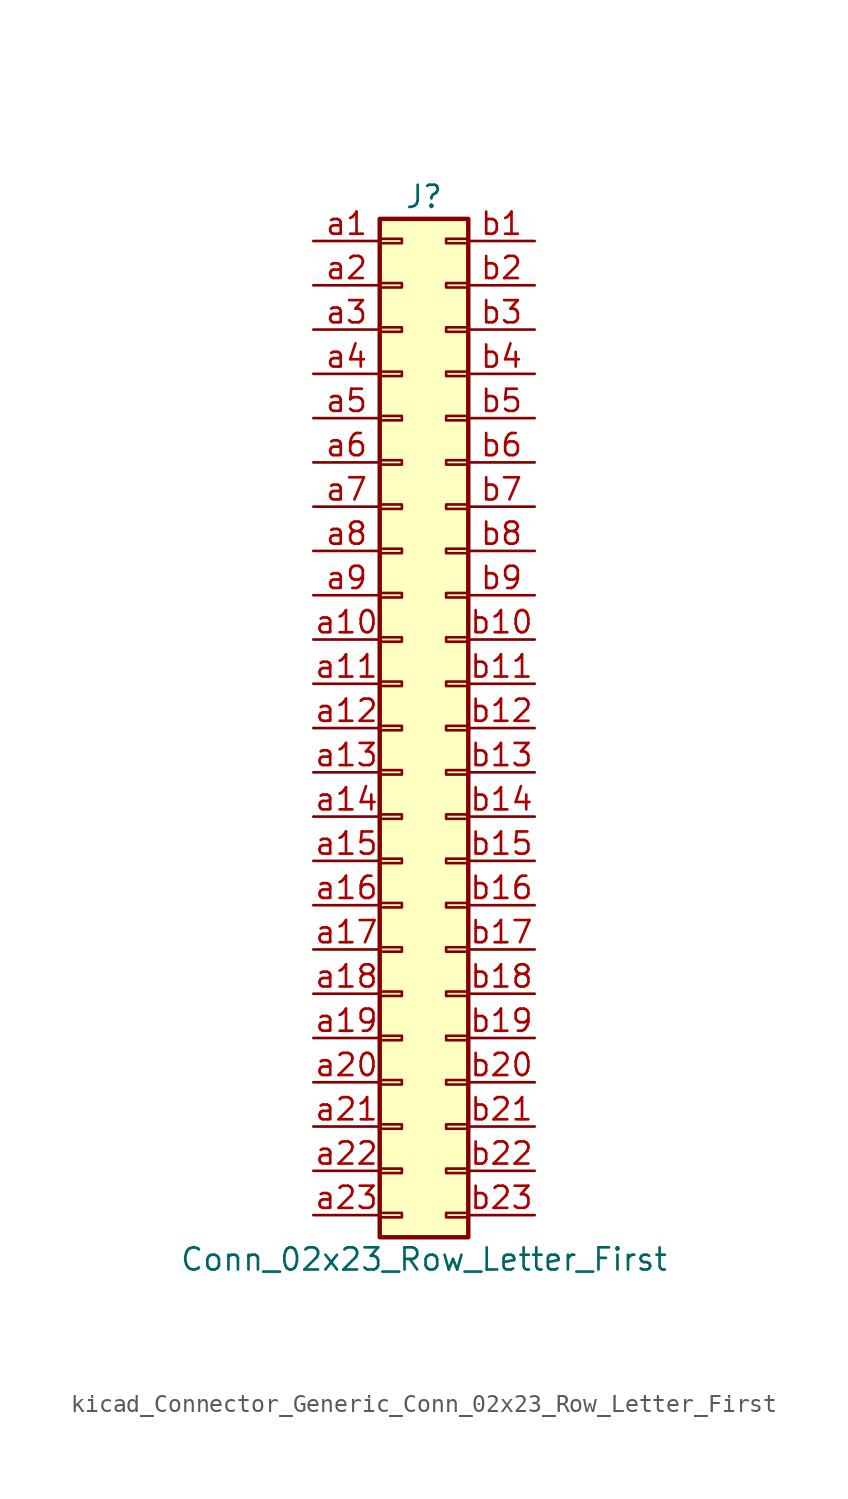
<source format=kicad_sym>
(kicad_symbol_lib
  (version 20220914)
  (generator kicad_symbol_editor)
  (symbol "kicad_Connector_Generic_Conn_02x23_Row_Letter_First"
    (pin_names
      (offset 1.016) hide)
    (property "Reference" "J"
      (at 1.27 30.48 0)
      (effects (font (size 1.27 1.27))))
    (property "Value" "Conn_02x23_Row_Letter_First"
      (at 1.27 -30.48 0)
      (effects (font (size 1.27 1.27))))
    (symbol "kicad_Connector_Generic_Conn_02x23_Row_Letter_First_1_1"
      (rectangle (start -1.27 -27.813) (end 0 -28.067) (stroke (width 0.152) (type default)) (fill (type none)))
      (rectangle (start -1.27 -25.273) (end 0 -25.527) (stroke (width 0.152) (type default)) (fill (type none)))
      (rectangle (start -1.27 -22.733) (end 0 -22.987) (stroke (width 0.152) (type default)) (fill (type none)))
      (rectangle (start -1.27 -20.193) (end 0 -20.447) (stroke (width 0.152) (type default)) (fill (type none)))
      (rectangle (start -1.27 -17.653) (end 0 -17.907) (stroke (width 0.152) (type default)) (fill (type none)))
      (rectangle (start -1.27 -15.113) (end 0 -15.367) (stroke (width 0.152) (type default)) (fill (type none)))
      (rectangle (start -1.27 -12.573) (end 0 -12.827) (stroke (width 0.152) (type default)) (fill (type none)))
      (rectangle (start -1.27 -10.033) (end 0 -10.287) (stroke (width 0.152) (type default)) (fill (type none)))
      (rectangle (start -1.27 -7.493) (end 0 -7.747) (stroke (width 0.152) (type default)) (fill (type none)))
      (rectangle (start -1.27 -4.953) (end 0 -5.207) (stroke (width 0.152) (type default)) (fill (type none)))
      (rectangle (start -1.27 -2.413) (end 0 -2.667) (stroke (width 0.152) (type default)) (fill (type none)))
      (rectangle (start -1.27 0.127) (end 0 -0.127) (stroke (width 0.152) (type default)) (fill (type none)))
      (rectangle (start -1.27 2.667) (end 0 2.413) (stroke (width 0.152) (type default)) (fill (type none)))
      (rectangle (start -1.27 5.207) (end 0 4.953) (stroke (width 0.152) (type default)) (fill (type none)))
      (rectangle (start -1.27 7.747) (end 0 7.493) (stroke (width 0.152) (type default)) (fill (type none)))
      (rectangle (start -1.27 10.287) (end 0 10.033) (stroke (width 0.152) (type default)) (fill (type none)))
      (rectangle (start -1.27 12.827) (end 0 12.573) (stroke (width 0.152) (type default)) (fill (type none)))
      (rectangle (start -1.27 15.367) (end 0 15.113) (stroke (width 0.152) (type default)) (fill (type none)))
      (rectangle (start -1.27 17.907) (end 0 17.653) (stroke (width 0.152) (type default)) (fill (type none)))
      (rectangle (start -1.27 20.447) (end 0 20.193) (stroke (width 0.152) (type default)) (fill (type none)))
      (rectangle (start -1.27 22.987) (end 0 22.733) (stroke (width 0.152) (type default)) (fill (type none)))
      (rectangle (start -1.27 25.527) (end 0 25.273) (stroke (width 0.152) (type default)) (fill (type none)))
      (rectangle (start -1.27 28.067) (end 0 27.813) (stroke (width 0.152) (type default)) (fill (type none)))
      (rectangle (start -1.27 29.21) (end 3.81 -29.21) (stroke (width 0.254) (type default)) (fill (type background)))
      (rectangle (start 3.81 -27.813) (end 2.54 -28.067) (stroke (width 0.152) (type default)) (fill (type none)))
      (rectangle (start 3.81 -25.273) (end 2.54 -25.527) (stroke (width 0.152) (type default)) (fill (type none)))
      (rectangle (start 3.81 -22.733) (end 2.54 -22.987) (stroke (width 0.152) (type default)) (fill (type none)))
      (rectangle (start 3.81 -20.193) (end 2.54 -20.447) (stroke (width 0.152) (type default)) (fill (type none)))
      (rectangle (start 3.81 -17.653) (end 2.54 -17.907) (stroke (width 0.152) (type default)) (fill (type none)))
      (rectangle (start 3.81 -15.113) (end 2.54 -15.367) (stroke (width 0.152) (type default)) (fill (type none)))
      (rectangle (start 3.81 -12.573) (end 2.54 -12.827) (stroke (width 0.152) (type default)) (fill (type none)))
      (rectangle (start 3.81 -10.033) (end 2.54 -10.287) (stroke (width 0.152) (type default)) (fill (type none)))
      (rectangle (start 3.81 -7.493) (end 2.54 -7.747) (stroke (width 0.152) (type default)) (fill (type none)))
      (rectangle (start 3.81 -4.953) (end 2.54 -5.207) (stroke (width 0.152) (type default)) (fill (type none)))
      (rectangle (start 3.81 -2.413) (end 2.54 -2.667) (stroke (width 0.152) (type default)) (fill (type none)))
      (rectangle (start 3.81 0.127) (end 2.54 -0.127) (stroke (width 0.152) (type default)) (fill (type none)))
      (rectangle (start 3.81 2.667) (end 2.54 2.413) (stroke (width 0.152) (type default)) (fill (type none)))
      (rectangle (start 3.81 5.207) (end 2.54 4.953) (stroke (width 0.152) (type default)) (fill (type none)))
      (rectangle (start 3.81 7.747) (end 2.54 7.493) (stroke (width 0.152) (type default)) (fill (type none)))
      (rectangle (start 3.81 10.287) (end 2.54 10.033) (stroke (width 0.152) (type default)) (fill (type none)))
      (rectangle (start 3.81 12.827) (end 2.54 12.573) (stroke (width 0.152) (type default)) (fill (type none)))
      (rectangle (start 3.81 15.367) (end 2.54 15.113) (stroke (width 0.152) (type default)) (fill (type none)))
      (rectangle (start 3.81 17.907) (end 2.54 17.653) (stroke (width 0.152) (type default)) (fill (type none)))
      (rectangle (start 3.81 20.447) (end 2.54 20.193) (stroke (width 0.152) (type default)) (fill (type none)))
      (rectangle (start 3.81 22.987) (end 2.54 22.733) (stroke (width 0.152) (type default)) (fill (type none)))
      (rectangle (start 3.81 25.527) (end 2.54 25.273) (stroke (width 0.152) (type default)) (fill (type none)))
      (rectangle (start 3.81 28.067) (end 2.54 27.813) (stroke (width 0.152) (type default)) (fill (type none)))
      (pin passive line (at -5.08 27.94 0) (length 3.81) (name "Pin_a1" (effects (font (size 1.27 1.27)))) (number "a1" (effects (font (size 1.27 1.27)))))
      (pin passive line (at -5.08 5.08 0) (length 3.81) (name "Pin_a10" (effects (font (size 1.27 1.27)))) (number "a10" (effects (font (size 1.27 1.27)))))
      (pin passive line (at -5.08 2.54 0) (length 3.81) (name "Pin_a11" (effects (font (size 1.27 1.27)))) (number "a11" (effects (font (size 1.27 1.27)))))
      (pin passive line (at -5.08 0 0) (length 3.81) (name "Pin_a12" (effects (font (size 1.27 1.27)))) (number "a12" (effects (font (size 1.27 1.27)))))
      (pin passive line (at -5.08 -2.54 0) (length 3.81) (name "Pin_a13" (effects (font (size 1.27 1.27)))) (number "a13" (effects (font (size 1.27 1.27)))))
      (pin passive line (at -5.08 -5.08 0) (length 3.81) (name "Pin_a14" (effects (font (size 1.27 1.27)))) (number "a14" (effects (font (size 1.27 1.27)))))
      (pin passive line (at -5.08 -7.62 0) (length 3.81) (name "Pin_a15" (effects (font (size 1.27 1.27)))) (number "a15" (effects (font (size 1.27 1.27)))))
      (pin passive line (at -5.08 -10.16 0) (length 3.81) (name "Pin_a16" (effects (font (size 1.27 1.27)))) (number "a16" (effects (font (size 1.27 1.27)))))
      (pin passive line (at -5.08 -12.7 0) (length 3.81) (name "Pin_a17" (effects (font (size 1.27 1.27)))) (number "a17" (effects (font (size 1.27 1.27)))))
      (pin passive line (at -5.08 -15.24 0) (length 3.81) (name "Pin_a18" (effects (font (size 1.27 1.27)))) (number "a18" (effects (font (size 1.27 1.27)))))
      (pin passive line (at -5.08 -17.78 0) (length 3.81) (name "Pin_a19" (effects (font (size 1.27 1.27)))) (number "a19" (effects (font (size 1.27 1.27)))))
      (pin passive line (at -5.08 25.4 0) (length 3.81) (name "Pin_a2" (effects (font (size 1.27 1.27)))) (number "a2" (effects (font (size 1.27 1.27)))))
      (pin passive line (at -5.08 -20.32 0) (length 3.81) (name "Pin_a20" (effects (font (size 1.27 1.27)))) (number "a20" (effects (font (size 1.27 1.27)))))
      (pin passive line (at -5.08 -22.86 0) (length 3.81) (name "Pin_a21" (effects (font (size 1.27 1.27)))) (number "a21" (effects (font (size 1.27 1.27)))))
      (pin passive line (at -5.08 -25.4 0) (length 3.81) (name "Pin_a22" (effects (font (size 1.27 1.27)))) (number "a22" (effects (font (size 1.27 1.27)))))
      (pin passive line (at -5.08 -27.94 0) (length 3.81) (name "Pin_a23" (effects (font (size 1.27 1.27)))) (number "a23" (effects (font (size 1.27 1.27)))))
      (pin passive line (at -5.08 22.86 0) (length 3.81) (name "Pin_a3" (effects (font (size 1.27 1.27)))) (number "a3" (effects (font (size 1.27 1.27)))))
      (pin passive line (at -5.08 20.32 0) (length 3.81) (name "Pin_a4" (effects (font (size 1.27 1.27)))) (number "a4" (effects (font (size 1.27 1.27)))))
      (pin passive line (at -5.08 17.78 0) (length 3.81) (name "Pin_a5" (effects (font (size 1.27 1.27)))) (number "a5" (effects (font (size 1.27 1.27)))))
      (pin passive line (at -5.08 15.24 0) (length 3.81) (name "Pin_a6" (effects (font (size 1.27 1.27)))) (number "a6" (effects (font (size 1.27 1.27)))))
      (pin passive line (at -5.08 12.7 0) (length 3.81) (name "Pin_a7" (effects (font (size 1.27 1.27)))) (number "a7" (effects (font (size 1.27 1.27)))))
      (pin passive line (at -5.08 10.16 0) (length 3.81) (name "Pin_a8" (effects (font (size 1.27 1.27)))) (number "a8" (effects (font (size 1.27 1.27)))))
      (pin passive line (at -5.08 7.62 0) (length 3.81) (name "Pin_a9" (effects (font (size 1.27 1.27)))) (number "a9" (effects (font (size 1.27 1.27)))))
      (pin passive line (at 7.62 27.94 180) (length 3.81) (name "Pin_b1" (effects (font (size 1.27 1.27)))) (number "b1" (effects (font (size 1.27 1.27)))))
      (pin passive line (at 7.62 5.08 180) (length 3.81) (name "Pin_b10" (effects (font (size 1.27 1.27)))) (number "b10" (effects (font (size 1.27 1.27)))))
      (pin passive line (at 7.62 2.54 180) (length 3.81) (name "Pin_b11" (effects (font (size 1.27 1.27)))) (number "b11" (effects (font (size 1.27 1.27)))))
      (pin passive line (at 7.62 0 180) (length 3.81) (name "Pin_b12" (effects (font (size 1.27 1.27)))) (number "b12" (effects (font (size 1.27 1.27)))))
      (pin passive line (at 7.62 -2.54 180) (length 3.81) (name "Pin_b13" (effects (font (size 1.27 1.27)))) (number "b13" (effects (font (size 1.27 1.27)))))
      (pin passive line (at 7.62 -5.08 180) (length 3.81) (name "Pin_b14" (effects (font (size 1.27 1.27)))) (number "b14" (effects (font (size 1.27 1.27)))))
      (pin passive line (at 7.62 -7.62 180) (length 3.81) (name "Pin_b15" (effects (font (size 1.27 1.27)))) (number "b15" (effects (font (size 1.27 1.27)))))
      (pin passive line (at 7.62 -10.16 180) (length 3.81) (name "Pin_b16" (effects (font (size 1.27 1.27)))) (number "b16" (effects (font (size 1.27 1.27)))))
      (pin passive line (at 7.62 -12.7 180) (length 3.81) (name "Pin_b17" (effects (font (size 1.27 1.27)))) (number "b17" (effects (font (size 1.27 1.27)))))
      (pin passive line (at 7.62 -15.24 180) (length 3.81) (name "Pin_b18" (effects (font (size 1.27 1.27)))) (number "b18" (effects (font (size 1.27 1.27)))))
      (pin passive line (at 7.62 -17.78 180) (length 3.81) (name "Pin_b19" (effects (font (size 1.27 1.27)))) (number "b19" (effects (font (size 1.27 1.27)))))
      (pin passive line (at 7.62 25.4 180) (length 3.81) (name "Pin_b2" (effects (font (size 1.27 1.27)))) (number "b2" (effects (font (size 1.27 1.27)))))
      (pin passive line (at 7.62 -20.32 180) (length 3.81) (name "Pin_b20" (effects (font (size 1.27 1.27)))) (number "b20" (effects (font (size 1.27 1.27)))))
      (pin passive line (at 7.62 -22.86 180) (length 3.81) (name "Pin_b21" (effects (font (size 1.27 1.27)))) (number "b21" (effects (font (size 1.27 1.27)))))
      (pin passive line (at 7.62 -25.4 180) (length 3.81) (name "Pin_b22" (effects (font (size 1.27 1.27)))) (number "b22" (effects (font (size 1.27 1.27)))))
      (pin passive line (at 7.62 -27.94 180) (length 3.81) (name "Pin_b23" (effects (font (size 1.27 1.27)))) (number "b23" (effects (font (size 1.27 1.27)))))
      (pin passive line (at 7.62 22.86 180) (length 3.81) (name "Pin_b3" (effects (font (size 1.27 1.27)))) (number "b3" (effects (font (size 1.27 1.27)))))
      (pin passive line (at 7.62 20.32 180) (length 3.81) (name "Pin_b4" (effects (font (size 1.27 1.27)))) (number "b4" (effects (font (size 1.27 1.27)))))
      (pin passive line (at 7.62 17.78 180) (length 3.81) (name "Pin_b5" (effects (font (size 1.27 1.27)))) (number "b5" (effects (font (size 1.27 1.27)))))
      (pin passive line (at 7.62 15.24 180) (length 3.81) (name "Pin_b6" (effects (font (size 1.27 1.27)))) (number "b6" (effects (font (size 1.27 1.27)))))
      (pin passive line (at 7.62 12.7 180) (length 3.81) (name "Pin_b7" (effects (font (size 1.27 1.27)))) (number "b7" (effects (font (size 1.27 1.27)))))
      (pin passive line (at 7.62 10.16 180) (length 3.81) (name "Pin_b8" (effects (font (size 1.27 1.27)))) (number "b8" (effects (font (size 1.27 1.27)))))
      (pin passive line (at 7.62 7.62 180) (length 3.81) (name "Pin_b9" (effects (font (size 1.27 1.27)))) (number "b9" (effects (font (size 1.27 1.27))))))))
</source>
